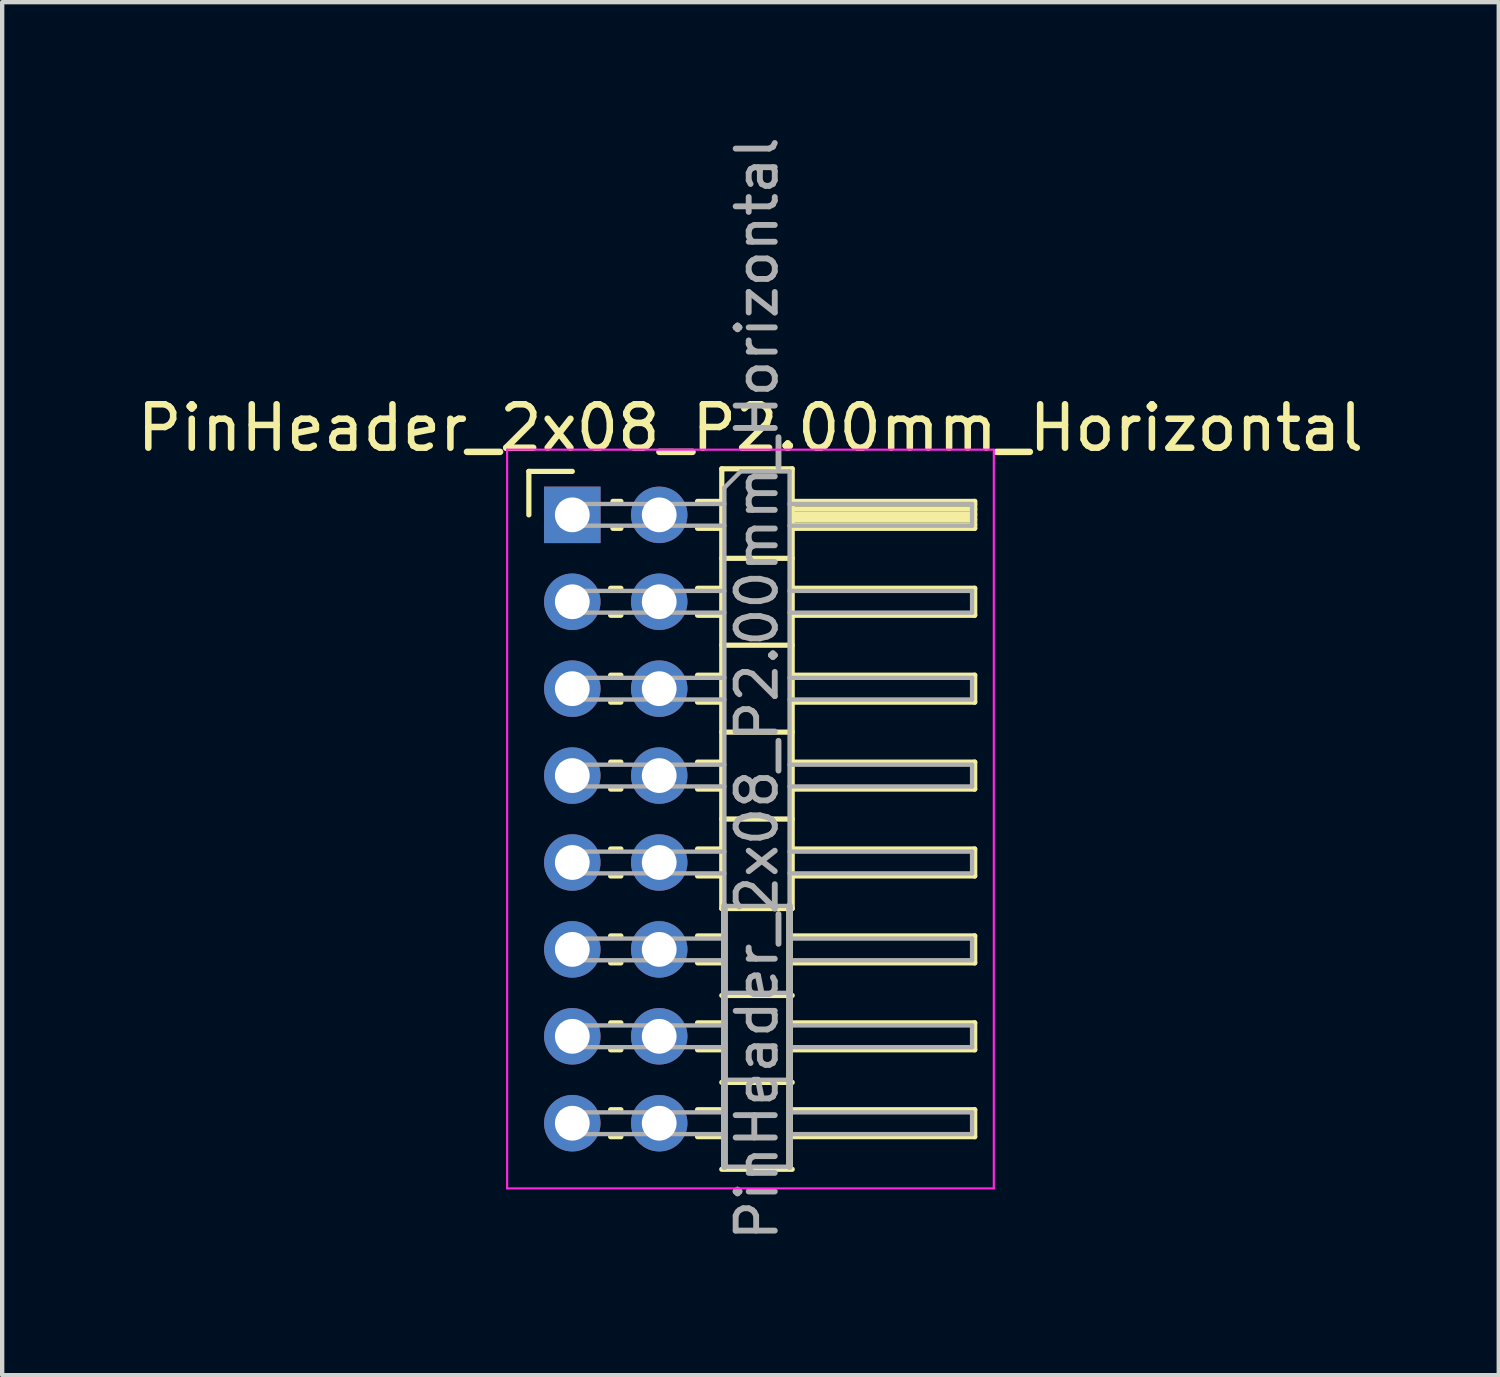
<source format=kicad_pcb>
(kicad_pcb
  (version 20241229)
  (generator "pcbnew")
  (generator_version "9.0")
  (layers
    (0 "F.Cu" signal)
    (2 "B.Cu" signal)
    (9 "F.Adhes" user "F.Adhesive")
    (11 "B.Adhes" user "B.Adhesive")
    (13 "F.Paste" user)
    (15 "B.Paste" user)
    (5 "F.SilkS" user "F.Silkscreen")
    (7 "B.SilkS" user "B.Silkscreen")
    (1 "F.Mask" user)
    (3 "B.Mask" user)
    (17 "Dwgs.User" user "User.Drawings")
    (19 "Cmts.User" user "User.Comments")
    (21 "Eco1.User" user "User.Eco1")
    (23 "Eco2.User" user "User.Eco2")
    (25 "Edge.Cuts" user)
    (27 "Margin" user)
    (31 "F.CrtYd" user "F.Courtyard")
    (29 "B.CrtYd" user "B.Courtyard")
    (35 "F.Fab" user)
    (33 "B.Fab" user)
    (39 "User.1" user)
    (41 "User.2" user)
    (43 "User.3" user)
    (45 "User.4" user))
  (footprint "PinHeader_2x08_P2.00mm_Horizontal"
    (layer "F.Cu")
    (at 10.12 8.798)
    (property "Reference" "PinHeader_2x08_P2.00mm_Horizontal" (at 4.1 -2 0) (layer "F.SilkS") (effects (font (size 1 1) (thickness 0.15))))
    (attr through_hole)
    (fp_line (start -1 -1) (end 0 -1) (stroke (width 0.12) (type solid)) (layer "F.SilkS"))
    (fp_line (start -1 0) (end -1 -1) (stroke (width 0.12) (type solid)) (layer "F.SilkS"))
    (fp_line (start 0.882 1.69) (end 1.118 1.69) (stroke (width 0.12) (type solid)) (layer "F.SilkS"))
    (fp_line (start 0.882 2.31) (end 1.118 2.31) (stroke (width 0.12) (type solid)) (layer "F.SilkS"))
    (fp_line (start 0.882 3.69) (end 1.118 3.69) (stroke (width 0.12) (type solid)) (layer "F.SilkS"))
    (fp_line (start 0.882 4.31) (end 1.118 4.31) (stroke (width 0.12) (type solid)) (layer "F.SilkS"))
    (fp_line (start 0.882 5.69) (end 1.118 5.69) (stroke (width 0.12) (type solid)) (layer "F.SilkS"))
    (fp_line (start 0.882 6.31) (end 1.118 6.31) (stroke (width 0.12) (type solid)) (layer "F.SilkS"))
    (fp_line (start 0.882 7.69) (end 1.118 7.69) (stroke (width 0.12) (type solid)) (layer "F.SilkS"))
    (fp_line (start 0.882 8.31) (end 1.118 8.31) (stroke (width 0.12) (type solid)) (layer "F.SilkS"))
    (fp_line (start 0.882 9.69) (end 1.118 9.69) (stroke (width 0.12) (type solid)) (layer "F.SilkS"))
    (fp_line (start 0.882 10.31) (end 1.118 10.31) (stroke (width 0.12) (type solid)) (layer "F.SilkS"))
    (fp_line (start 0.882 11.69) (end 1.118 11.69) (stroke (width 0.12) (type solid)) (layer "F.SilkS"))
    (fp_line (start 0.882 12.31) (end 1.118 12.31) (stroke (width 0.12) (type solid)) (layer "F.SilkS"))
    (fp_line (start 0.882 13.69) (end 1.118 13.69) (stroke (width 0.12) (type solid)) (layer "F.SilkS"))
    (fp_line (start 0.882 14.31) (end 1.118 14.31) (stroke (width 0.12) (type solid)) (layer "F.SilkS"))
    (fp_line (start 0.935 -0.31) (end 1.118 -0.31) (stroke (width 0.12) (type solid)) (layer "F.SilkS"))
    (fp_line (start 0.935 0.31) (end 1.118 0.31) (stroke (width 0.12) (type solid)) (layer "F.SilkS"))
    (fp_line (start 2.882 -0.31) (end 3.44 -0.31) (stroke (width 0.12) (type solid)) (layer "F.SilkS"))
    (fp_line (start 2.882 0.31) (end 3.44 0.31) (stroke (width 0.12) (type solid)) (layer "F.SilkS"))
    (fp_line (start 2.882 1.69) (end 3.44 1.69) (stroke (width 0.12) (type solid)) (layer "F.SilkS"))
    (fp_line (start 2.882 2.31) (end 3.44 2.31) (stroke (width 0.12) (type solid)) (layer "F.SilkS"))
    (fp_line (start 2.882 3.69) (end 3.44 3.69) (stroke (width 0.12) (type solid)) (layer "F.SilkS"))
    (fp_line (start 2.882 4.31) (end 3.44 4.31) (stroke (width 0.12) (type solid)) (layer "F.SilkS"))
    (fp_line (start 2.882 5.69) (end 3.44 5.69) (stroke (width 0.12) (type solid)) (layer "F.SilkS"))
    (fp_line (start 2.882 6.31) (end 3.44 6.31) (stroke (width 0.12) (type solid)) (layer "F.SilkS"))
    (fp_line (start 2.882 7.69) (end 3.44 7.69) (stroke (width 0.12) (type solid)) (layer "F.SilkS"))
    (fp_line (start 2.882 8.31) (end 3.44 8.31) (stroke (width 0.12) (type solid)) (layer "F.SilkS"))
    (fp_line (start 2.882 9.69) (end 3.44 9.69) (stroke (width 0.12) (type solid)) (layer "F.SilkS"))
    (fp_line (start 2.882 10.31) (end 3.44 10.31) (stroke (width 0.12) (type solid)) (layer "F.SilkS"))
    (fp_line (start 2.882 11.69) (end 3.44 11.69) (stroke (width 0.12) (type solid)) (layer "F.SilkS"))
    (fp_line (start 2.882 12.31) (end 3.44 12.31) (stroke (width 0.12) (type solid)) (layer "F.SilkS"))
    (fp_line (start 2.882 13.69) (end 3.44 13.69) (stroke (width 0.12) (type solid)) (layer "F.SilkS"))
    (fp_line (start 2.882 14.31) (end 3.44 14.31) (stroke (width 0.12) (type solid)) (layer "F.SilkS"))
    (fp_line (start 3.44 -1.06) (end 3.44 9.06) (stroke (width 0.12) (type solid)) (layer "F.SilkS"))
    (fp_line (start 3.44 1) (end 5.06 1) (stroke (width 0.12) (type solid)) (layer "F.SilkS"))
    (fp_line (start 3.44 3) (end 5.06 3) (stroke (width 0.12) (type solid)) (layer "F.SilkS"))
    (fp_line (start 3.44 5) (end 5.06 5) (stroke (width 0.12) (type solid)) (layer "F.SilkS"))
    (fp_line (start 3.44 7) (end 5.06 7) (stroke (width 0.12) (type solid)) (layer "F.SilkS"))
    (fp_line (start 3.44 9.06) (end 5.06 9.06) (stroke (width 0.12) (type solid)) (layer "F.SilkS"))
    (fp_line (start 3.44 11.06) (end 5.06 11.06) (stroke (width 0.12) (type solid)) (layer "F.SilkS"))
    (fp_line (start 3.44 13.06) (end 5.06 13.06) (stroke (width 0.12) (type solid)) (layer "F.SilkS"))
    (fp_line (start 3.44 15.06) (end 5.06 15.06) (stroke (width 0.12) (type solid)) (layer "F.SilkS"))
    (fp_line (start 3.5 9) (end 3.5 15) (stroke (width 0.15) (type solid)) (layer "F.SilkS"))
    (fp_line (start 5 9) (end 5 15) (stroke (width 0.15) (type solid)) (layer "F.SilkS"))
    (fp_line (start 5.06 -1.06) (end 3.44 -1.06) (stroke (width 0.12) (type solid)) (layer "F.SilkS"))
    (fp_line (start 5.06 -0.31) (end 9.26 -0.31) (stroke (width 0.12) (type solid)) (layer "F.SilkS"))
    (fp_line (start 5.06 -0.25) (end 9.26 -0.25) (stroke (width 0.12) (type solid)) (layer "F.SilkS"))
    (fp_line (start 5.06 -0.13) (end 9.26 -0.13) (stroke (width 0.12) (type solid)) (layer "F.SilkS"))
    (fp_line (start 5.06 -0.01) (end 9.26 -0.01) (stroke (width 0.12) (type solid)) (layer "F.SilkS"))
    (fp_line (start 5.06 0.11) (end 9.26 0.11) (stroke (width 0.12) (type solid)) (layer "F.SilkS"))
    (fp_line (start 5.06 0.23) (end 9.26 0.23) (stroke (width 0.12) (type solid)) (layer "F.SilkS"))
    (fp_line (start 5.06 1.69) (end 9.26 1.69) (stroke (width 0.12) (type solid)) (layer "F.SilkS"))
    (fp_line (start 5.06 3.69) (end 9.26 3.69) (stroke (width 0.12) (type solid)) (layer "F.SilkS"))
    (fp_line (start 5.06 5.69) (end 9.26 5.69) (stroke (width 0.12) (type solid)) (layer "F.SilkS"))
    (fp_line (start 5.06 7.69) (end 9.26 7.69) (stroke (width 0.12) (type solid)) (layer "F.SilkS"))
    (fp_line (start 5.06 9.06) (end 5.06 -1.06) (stroke (width 0.12) (type solid)) (layer "F.SilkS"))
    (fp_line (start 5.06 9.69) (end 9.26 9.69) (stroke (width 0.12) (type solid)) (layer "F.SilkS"))
    (fp_line (start 5.06 11.69) (end 9.26 11.69) (stroke (width 0.12) (type solid)) (layer "F.SilkS"))
    (fp_line (start 5.06 13.69) (end 9.26 13.69) (stroke (width 0.12) (type solid)) (layer "F.SilkS"))
    (fp_line (start 9.26 -0.31) (end 9.26 0.31) (stroke (width 0.12) (type solid)) (layer "F.SilkS"))
    (fp_line (start 9.26 0.31) (end 5.06 0.31) (stroke (width 0.12) (type solid)) (layer "F.SilkS"))
    (fp_line (start 9.26 1.69) (end 9.26 2.31) (stroke (width 0.12) (type solid)) (layer "F.SilkS"))
    (fp_line (start 9.26 2.31) (end 5.06 2.31) (stroke (width 0.12) (type solid)) (layer "F.SilkS"))
    (fp_line (start 9.26 3.69) (end 9.26 4.31) (stroke (width 0.12) (type solid)) (layer "F.SilkS"))
    (fp_line (start 9.26 4.31) (end 5.06 4.31) (stroke (width 0.12) (type solid)) (layer "F.SilkS"))
    (fp_line (start 9.26 5.69) (end 9.26 6.31) (stroke (width 0.12) (type solid)) (layer "F.SilkS"))
    (fp_line (start 9.26 6.31) (end 5.06 6.31) (stroke (width 0.12) (type solid)) (layer "F.SilkS"))
    (fp_line (start 9.26 7.69) (end 9.26 8.31) (stroke (width 0.12) (type solid)) (layer "F.SilkS"))
    (fp_line (start 9.26 8.31) (end 5.06 8.31) (stroke (width 0.12) (type solid)) (layer "F.SilkS"))
    (fp_line (start 9.26 9.69) (end 9.26 10.31) (stroke (width 0.12) (type solid)) (layer "F.SilkS"))
    (fp_line (start 9.26 10.31) (end 5.06 10.31) (stroke (width 0.12) (type solid)) (layer "F.SilkS"))
    (fp_line (start 9.26 11.69) (end 9.26 12.31) (stroke (width 0.12) (type solid)) (layer "F.SilkS"))
    (fp_line (start 9.26 12.31) (end 5.06 12.31) (stroke (width 0.12) (type solid)) (layer "F.SilkS"))
    (fp_line (start 9.26 13.69) (end 9.26 14.31) (stroke (width 0.12) (type solid)) (layer "F.SilkS"))
    (fp_line (start 9.26 14.31) (end 5.06 14.31) (stroke (width 0.12) (type solid)) (layer "F.SilkS"))
    (fp_line (start -1.5 -1.5) (end -1.5 15.5) (stroke (width 0.05) (type solid)) (layer "F.CrtYd"))
    (fp_line (start -1.5 15.5) (end 9.7 15.5) (stroke (width 0.05) (type solid)) (layer "F.CrtYd"))
    (fp_line (start 9.7 -1.5) (end -1.5 -1.5) (stroke (width 0.05) (type solid)) (layer "F.CrtYd"))
    (fp_line (start 9.7 15.5) (end 9.7 -1.5) (stroke (width 0.05) (type solid)) (layer "F.CrtYd"))
    (fp_line (start -0.25 -0.25) (end -0.25 0.25) (stroke (width 0.1) (type solid)) (layer "F.Fab"))
    (fp_line (start -0.25 -0.25) (end 3.5 -0.25) (stroke (width 0.1) (type solid)) (layer "F.Fab"))
    (fp_line (start -0.25 0.25) (end 3.5 0.25) (stroke (width 0.1) (type solid)) (layer "F.Fab"))
    (fp_line (start -0.25 1.75) (end -0.25 2.25) (stroke (width 0.1) (type solid)) (layer "F.Fab"))
    (fp_line (start -0.25 1.75) (end 3.5 1.75) (stroke (width 0.1) (type solid)) (layer "F.Fab"))
    (fp_line (start -0.25 2.25) (end 3.5 2.25) (stroke (width 0.1) (type solid)) (layer "F.Fab"))
    (fp_line (start -0.25 3.75) (end -0.25 4.25) (stroke (width 0.1) (type solid)) (layer "F.Fab"))
    (fp_line (start -0.25 3.75) (end 3.5 3.75) (stroke (width 0.1) (type solid)) (layer "F.Fab"))
    (fp_line (start -0.25 4.25) (end 3.5 4.25) (stroke (width 0.1) (type solid)) (layer "F.Fab"))
    (fp_line (start -0.25 5.75) (end -0.25 6.25) (stroke (width 0.1) (type solid)) (layer "F.Fab"))
    (fp_line (start -0.25 5.75) (end 3.5 5.75) (stroke (width 0.1) (type solid)) (layer "F.Fab"))
    (fp_line (start -0.25 6.25) (end 3.5 6.25) (stroke (width 0.1) (type solid)) (layer "F.Fab"))
    (fp_line (start -0.25 7.75) (end -0.25 8.25) (stroke (width 0.1) (type solid)) (layer "F.Fab"))
    (fp_line (start -0.25 7.75) (end 3.5 7.75) (stroke (width 0.1) (type solid)) (layer "F.Fab"))
    (fp_line (start -0.25 8.25) (end 3.5 8.25) (stroke (width 0.1) (type solid)) (layer "F.Fab"))
    (fp_line (start -0.25 9.75) (end -0.25 10.25) (stroke (width 0.1) (type solid)) (layer "F.Fab"))
    (fp_line (start -0.25 9.75) (end 3.5 9.75) (stroke (width 0.1) (type solid)) (layer "F.Fab"))
    (fp_line (start -0.25 10.25) (end 3.5 10.25) (stroke (width 0.1) (type solid)) (layer "F.Fab"))
    (fp_line (start -0.25 11.75) (end -0.25 12.25) (stroke (width 0.1) (type solid)) (layer "F.Fab"))
    (fp_line (start -0.25 11.75) (end 3.5 11.75) (stroke (width 0.1) (type solid)) (layer "F.Fab"))
    (fp_line (start -0.25 12.25) (end 3.5 12.25) (stroke (width 0.1) (type solid)) (layer "F.Fab"))
    (fp_line (start -0.25 13.75) (end -0.25 14.25) (stroke (width 0.1) (type solid)) (layer "F.Fab"))
    (fp_line (start -0.25 13.75) (end 3.5 13.75) (stroke (width 0.1) (type solid)) (layer "F.Fab"))
    (fp_line (start -0.25 14.25) (end 3.5 14.25) (stroke (width 0.1) (type solid)) (layer "F.Fab"))
    (fp_line (start 3.5 -0.625) (end 3.875 -1) (stroke (width 0.1) (type solid)) (layer "F.Fab"))
    (fp_line (start 3.5 9) (end 3.5 -0.625) (stroke (width 0.1) (type solid)) (layer "F.Fab"))
    (fp_line (start 3.5 9) (end 3.5 15) (stroke (width 0.15) (type solid)) (layer "F.Fab"))
    (fp_line (start 3.875 -1) (end 5 -1) (stroke (width 0.1) (type solid)) (layer "F.Fab"))
    (fp_line (start 5 -1) (end 5 9) (stroke (width 0.1) (type solid)) (layer "F.Fab"))
    (fp_line (start 5 -0.25) (end 9.2 -0.25) (stroke (width 0.1) (type solid)) (layer "F.Fab"))
    (fp_line (start 5 0.25) (end 9.2 0.25) (stroke (width 0.1) (type solid)) (layer "F.Fab"))
    (fp_line (start 5 1.75) (end 9.2 1.75) (stroke (width 0.1) (type solid)) (layer "F.Fab"))
    (fp_line (start 5 2.25) (end 9.2 2.25) (stroke (width 0.1) (type solid)) (layer "F.Fab"))
    (fp_line (start 5 3.75) (end 9.2 3.75) (stroke (width 0.1) (type solid)) (layer "F.Fab"))
    (fp_line (start 5 4.25) (end 9.2 4.25) (stroke (width 0.1) (type solid)) (layer "F.Fab"))
    (fp_line (start 5 5.75) (end 9.2 5.75) (stroke (width 0.1) (type solid)) (layer "F.Fab"))
    (fp_line (start 5 6.25) (end 9.2 6.25) (stroke (width 0.1) (type solid)) (layer "F.Fab"))
    (fp_line (start 5 7.75) (end 9.2 7.75) (stroke (width 0.1) (type solid)) (layer "F.Fab"))
    (fp_line (start 5 8.25) (end 9.2 8.25) (stroke (width 0.1) (type solid)) (layer "F.Fab"))
    (fp_line (start 5 9) (end 3.5 9) (stroke (width 0.1) (type solid)) (layer "F.Fab"))
    (fp_line (start 5 9) (end 5 15) (stroke (width 0.15) (type solid)) (layer "F.Fab"))
    (fp_line (start 5 9.75) (end 9.2 9.75) (stroke (width 0.1) (type solid)) (layer "F.Fab"))
    (fp_line (start 5 10.25) (end 9.2 10.25) (stroke (width 0.1) (type solid)) (layer "F.Fab"))
    (fp_line (start 5 11) (end 3.5 11) (stroke (width 0.1) (type solid)) (layer "F.Fab"))
    (fp_line (start 5 11.75) (end 9.2 11.75) (stroke (width 0.1) (type solid)) (layer "F.Fab"))
    (fp_line (start 5 12.25) (end 9.2 12.25) (stroke (width 0.1) (type solid)) (layer "F.Fab"))
    (fp_line (start 5 13) (end 3.5 13) (stroke (width 0.1) (type solid)) (layer "F.Fab"))
    (fp_line (start 5 13.75) (end 9.2 13.75) (stroke (width 0.1) (type solid)) (layer "F.Fab"))
    (fp_line (start 5 14.25) (end 9.2 14.25) (stroke (width 0.1) (type solid)) (layer "F.Fab"))
    (fp_line (start 5 15) (end 3.5 15) (stroke (width 0.1) (type solid)) (layer "F.Fab"))
    (fp_line (start 9.2 -0.25) (end 9.2 0.25) (stroke (width 0.1) (type solid)) (layer "F.Fab"))
    (fp_line (start 9.2 1.75) (end 9.2 2.25) (stroke (width 0.1) (type solid)) (layer "F.Fab"))
    (fp_line (start 9.2 3.75) (end 9.2 4.25) (stroke (width 0.1) (type solid)) (layer "F.Fab"))
    (fp_line (start 9.2 5.75) (end 9.2 6.25) (stroke (width 0.1) (type solid)) (layer "F.Fab"))
    (fp_line (start 9.2 7.75) (end 9.2 8.25) (stroke (width 0.1) (type solid)) (layer "F.Fab"))
    (fp_line (start 9.2 9.75) (end 9.2 10.25) (stroke (width 0.1) (type solid)) (layer "F.Fab"))
    (fp_line (start 9.2 11.75) (end 9.2 12.25) (stroke (width 0.1) (type solid)) (layer "F.Fab"))
    (fp_line (start 9.2 13.75) (end 9.2 14.25) (stroke (width 0.1) (type solid)) (layer "F.Fab"))
    (fp_text user "${REFERENCE}" (at 4.25 4 90) (layer "F.Fab") (effects (font (size 0.9 0.9) (thickness 0.135))))
    (pad "1" thru_hole rect (at 0 0) (size 1.3 1.3) (drill 0.8) (layers "*.Cu" "*.Mask"))
    (pad "2" thru_hole circle (at 2 0) (size 1.3 1.3) (drill 0.8) (layers "*.Cu" "*.Mask"))
    (pad "3" thru_hole circle (at 0 2) (size 1.3 1.3) (drill 0.8) (layers "*.Cu" "*.Mask"))
    (pad "4" thru_hole circle (at 2 2) (size 1.3 1.3) (drill 0.8) (layers "*.Cu" "*.Mask"))
    (pad "5" thru_hole circle (at 0 4) (size 1.3 1.3) (drill 0.8) (layers "*.Cu" "*.Mask"))
    (pad "6" thru_hole circle (at 2 4) (size 1.3 1.3) (drill 0.8) (layers "*.Cu" "*.Mask"))
    (pad "7" thru_hole circle (at 0 6) (size 1.3 1.3) (drill 0.8) (layers "*.Cu" "*.Mask"))
    (pad "8" thru_hole circle (at 2 6) (size 1.3 1.3) (drill 0.8) (layers "*.Cu" "*.Mask"))
    (pad "9" thru_hole circle (at 0 8) (size 1.3 1.3) (drill 0.8) (layers "*.Cu" "*.Mask"))
    (pad "10" thru_hole circle (at 2 8) (size 1.3 1.3) (drill 0.8) (layers "*.Cu" "*.Mask"))
    (pad "11" thru_hole circle (at 0 10) (size 1.3 1.3) (drill 0.8) (layers "*.Cu" "*.Mask"))
    (pad "12" thru_hole circle (at 2 10) (size 1.3 1.3) (drill 0.8) (layers "*.Cu" "*.Mask"))
    (pad "13" thru_hole circle (at 0 12) (size 1.3 1.3) (drill 0.8) (layers "*.Cu" "*.Mask"))
    (pad "14" thru_hole circle (at 2 12) (size 1.3 1.3) (drill 0.8) (layers "*.Cu" "*.Mask"))
    (pad "15" thru_hole circle (at 0 14) (size 1.3 1.3) (drill 0.8) (layers "*.Cu" "*.Mask"))
    (pad "16" thru_hole circle (at 2 14) (size 1.3 1.3) (drill 0.8) (layers "*.Cu" "*.Mask")))
  (gr_rect
    (start -3 -3)
    (end 31.44 28.596)
    (stroke (width 0.1) (type default))
    (fill no)
    (layer "Edge.Cuts")))
</source>
